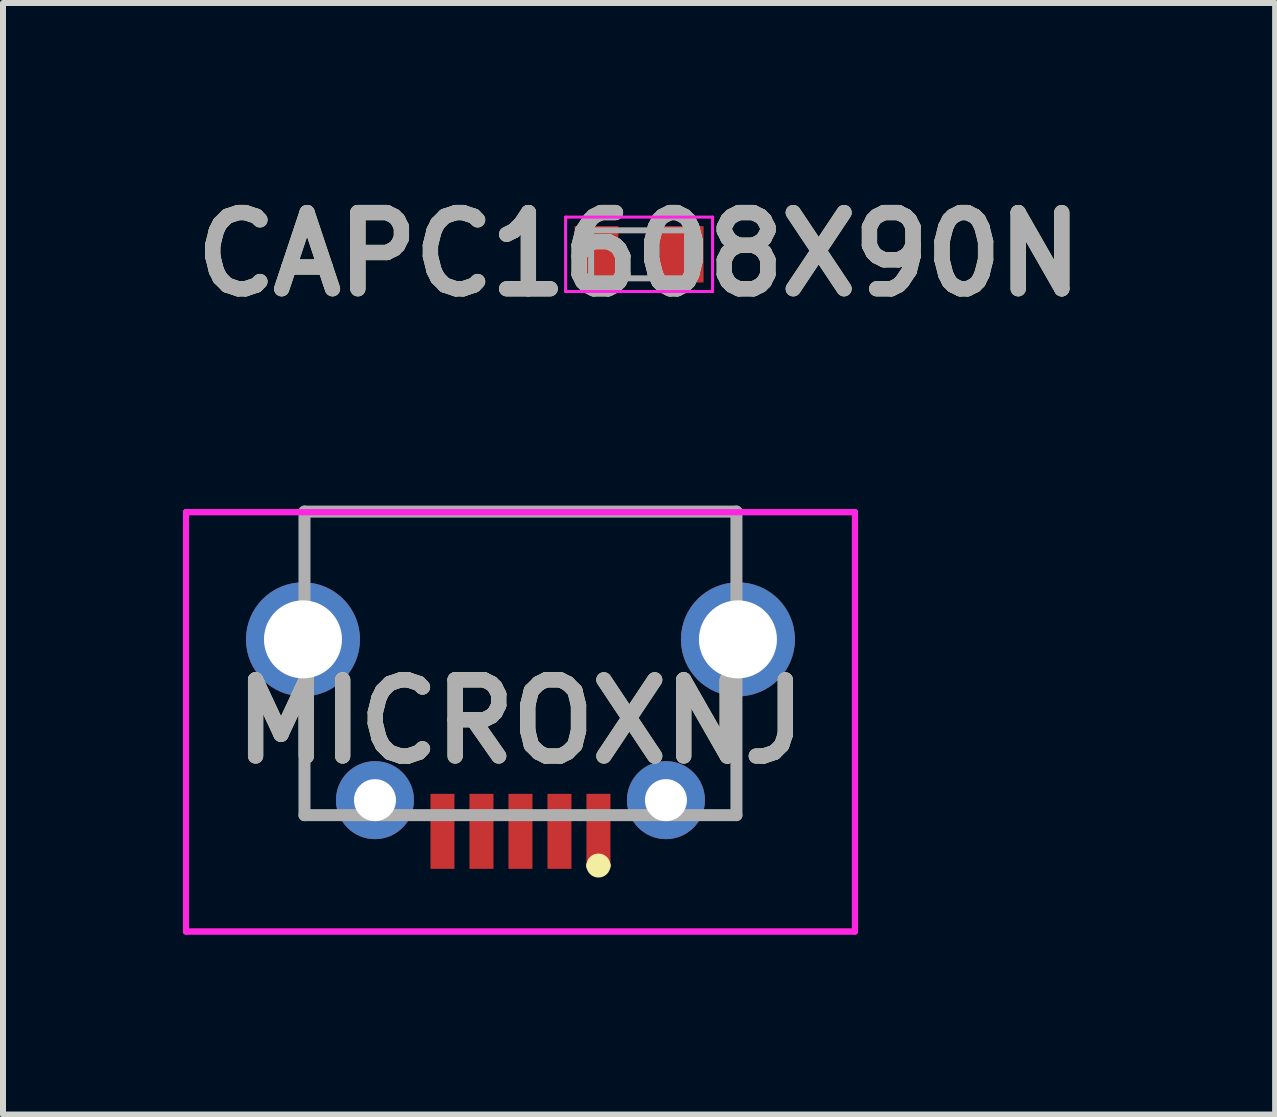
<source format=kicad_pcb>
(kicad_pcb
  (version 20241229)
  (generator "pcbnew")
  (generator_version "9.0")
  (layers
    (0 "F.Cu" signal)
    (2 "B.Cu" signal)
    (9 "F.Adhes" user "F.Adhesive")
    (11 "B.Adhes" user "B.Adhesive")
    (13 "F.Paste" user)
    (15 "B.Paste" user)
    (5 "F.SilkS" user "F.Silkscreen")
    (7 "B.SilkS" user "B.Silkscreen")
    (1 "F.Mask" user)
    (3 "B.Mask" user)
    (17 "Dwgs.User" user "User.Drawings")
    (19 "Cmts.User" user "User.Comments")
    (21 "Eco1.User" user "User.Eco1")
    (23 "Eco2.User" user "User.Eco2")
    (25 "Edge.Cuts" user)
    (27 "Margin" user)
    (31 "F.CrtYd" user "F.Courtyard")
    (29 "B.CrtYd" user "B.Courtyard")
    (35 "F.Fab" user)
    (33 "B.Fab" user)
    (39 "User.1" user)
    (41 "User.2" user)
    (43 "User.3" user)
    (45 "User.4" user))
  (footprint "CAPC1608X90N"
    (layer "F.Cu")
    (at 7.602 1.189)
    (property "Reference" "CAPC1608X90N" (at 0 0 0) (layer "F.SilkS") (effects (font (size 1.27 1.27) (thickness 0.254))))
    (attr smd)
    (fp_line (start -1.225 -0.62) (end 1.225 -0.62) (stroke (width 0.05) (type solid)) (layer "F.CrtYd"))
    (fp_line (start -1.225 0.62) (end -1.225 -0.62) (stroke (width 0.05) (type solid)) (layer "F.CrtYd"))
    (fp_line (start 1.225 -0.62) (end 1.225 0.62) (stroke (width 0.05) (type solid)) (layer "F.CrtYd"))
    (fp_line (start 1.225 0.62) (end -1.225 0.62) (stroke (width 0.05) (type solid)) (layer "F.CrtYd"))
    (fp_line (start -0.8 -0.4) (end 0.8 -0.4) (stroke (width 0.1) (type solid)) (layer "F.Fab"))
    (fp_line (start -0.8 0.4) (end -0.8 -0.4) (stroke (width 0.1) (type solid)) (layer "F.Fab"))
    (fp_line (start 0.8 -0.4) (end 0.8 0.4) (stroke (width 0.1) (type solid)) (layer "F.Fab"))
    (fp_line (start 0.8 0.4) (end -0.8 0.4) (stroke (width 0.1) (type solid)) (layer "F.Fab"))
    (fp_text user "${REFERENCE}" (at 0 0 0) (layer "F.Fab") (effects (font (size 1.27 1.27) (thickness 0.254))))
    (pad "1" smd rect (at -0.71 0) (size 0.73 0.94) (layers "F.Cu" "F.Mask" "F.Paste"))
    (pad "2" smd rect (at 0.71 0) (size 0.73 0.94) (layers "F.Cu" "F.Mask" "F.Paste")))
  (footprint "MICROXNJ"
    (layer "F.Cu")
    (at 5.625 7.607)
    (property "Reference" "MICROXNJ" (at 0 1.37 0) (layer "F.SilkS") (effects (font (size 1.27 1.27) (thickness 0.254))))
    (attr through_hole)
    (fp_line (start -3.6 -2.13) (end 3.6 -2.13) (stroke (width 0.1) (type solid)) (layer "F.SilkS"))
    (fp_line (start -3.6 -1.63) (end -3.6 -2.13) (stroke (width 0.1) (type solid)) (layer "F.SilkS"))
    (fp_line (start -3.6 1.37) (end -3.6 2.93) (stroke (width 0.1) (type solid)) (layer "F.SilkS"))
    (fp_line (start -3.6 2.93) (end -3.6 2.93) (stroke (width 0.1) (type solid)) (layer "F.SilkS"))
    (fp_line (start -3.6 2.93) (end -3.5 2.93) (stroke (width 0.1) (type solid)) (layer "F.SilkS"))
    (fp_line (start 1.2 3.77) (end 1.2 3.77) (stroke (width 0.2) (type solid)) (layer "F.SilkS"))
    (fp_line (start 1.4 3.77) (end 1.4 3.77) (stroke (width 0.2) (type solid)) (layer "F.SilkS"))
    (fp_line (start 3.6 -2.13) (end 3.6 -1.63) (stroke (width 0.1) (type solid)) (layer "F.SilkS"))
    (fp_line (start 3.6 1.37) (end 3.6 2.93) (stroke (width 0.1) (type solid)) (layer "F.SilkS"))
    (fp_line (start 3.6 2.93) (end 3.5 2.93) (stroke (width 0.1) (type solid)) (layer "F.SilkS"))
    (fp_arc (start 1.2 3.77) (mid 1.3 3.67) (end 1.4 3.77) (stroke (width 0.2) (type solid)) (layer "F.SilkS"))
    (fp_arc (start 1.4 3.77) (mid 1.3 3.87) (end 1.2 3.77) (stroke (width 0.2) (type solid)) (layer "F.SilkS"))
    (fp_line (start -5.575 -2.12) (end 5.575 -2.12) (stroke (width 0.1) (type solid)) (layer "F.CrtYd"))
    (fp_line (start -5.575 -2.12) (end 5.575 -2.12) (stroke (width 0.1) (type solid)) (layer "F.CrtYd"))
    (fp_line (start -5.575 4.87) (end -5.575 -2.12) (stroke (width 0.1) (type solid)) (layer "F.CrtYd"))
    (fp_line (start -5.575 4.87) (end -5.575 -2.12) (stroke (width 0.1) (type solid)) (layer "F.CrtYd"))
    (fp_line (start 5.575 -2.12) (end 5.575 4.87) (stroke (width 0.1) (type solid)) (layer "F.CrtYd"))
    (fp_line (start 5.575 -2.12) (end 5.575 4.87) (stroke (width 0.1) (type solid)) (layer "F.CrtYd"))
    (fp_line (start 5.575 4.87) (end -5.575 4.87) (stroke (width 0.1) (type solid)) (layer "F.CrtYd"))
    (fp_line (start 5.575 4.87) (end -5.575 4.87) (stroke (width 0.1) (type solid)) (layer "F.CrtYd"))
    (fp_line (start -3.6 -2.13) (end 3.6 -2.13) (stroke (width 0.2) (type solid)) (layer "F.Fab"))
    (fp_line (start -3.6 2.93) (end -3.6 -2.13) (stroke (width 0.2) (type solid)) (layer "F.Fab"))
    (fp_line (start 3.6 -2.13) (end 3.6 2.93) (stroke (width 0.2) (type solid)) (layer "F.Fab"))
    (fp_line (start 3.6 2.93) (end -3.6 2.93) (stroke (width 0.2) (type solid)) (layer "F.Fab"))
    (fp_text user "${REFERENCE}" (at 0 1.37 0) (layer "F.Fab") (effects (font (size 1.27 1.27) (thickness 0.254))))
    (pad "1" smd rect (at 1.3 3.2) (size 0.4 1.25) (layers "F.Cu" "F.Mask" "F.Paste"))
    (pad "2" smd rect (at 0.65 3.2) (size 0.4 1.25) (layers "F.Cu" "F.Mask" "F.Paste"))
    (pad "3" smd rect (at 0 3.2) (size 0.4 1.25) (layers "F.Cu" "F.Mask" "F.Paste"))
    (pad "4" smd rect (at -0.65 3.2) (size 0.4 1.25) (layers "F.Cu" "F.Mask" "F.Paste"))
    (pad "5" smd rect (at -1.3 3.2) (size 0.4 1.25) (layers "F.Cu" "F.Mask" "F.Paste"))
    (pad "MH1" thru_hole circle (at 2.425 2.68) (size 1.3 1.3) (drill 0.7) (layers "*.Cu" "*.Mask"))
    (pad "MH2" thru_hole circle (at -2.425 2.68) (size 1.3 1.3) (drill 0.7) (layers "*.Cu" "*.Mask"))
    (pad "MH3" thru_hole circle (at 3.625 0) (size 1.9 1.9) (drill 1.3) (layers "*.Cu" "*.Mask"))
    (pad "MH4" thru_hole circle (at -3.625 0) (size 1.9 1.9) (drill 1.3) (layers "*.Cu" "*.Mask")))
  (gr_rect
    (start -3 -3)
    (end 18.204 15.527)
    (stroke (width 0.1) (type default))
    (fill no)
    (layer "Edge.Cuts")))
</source>
